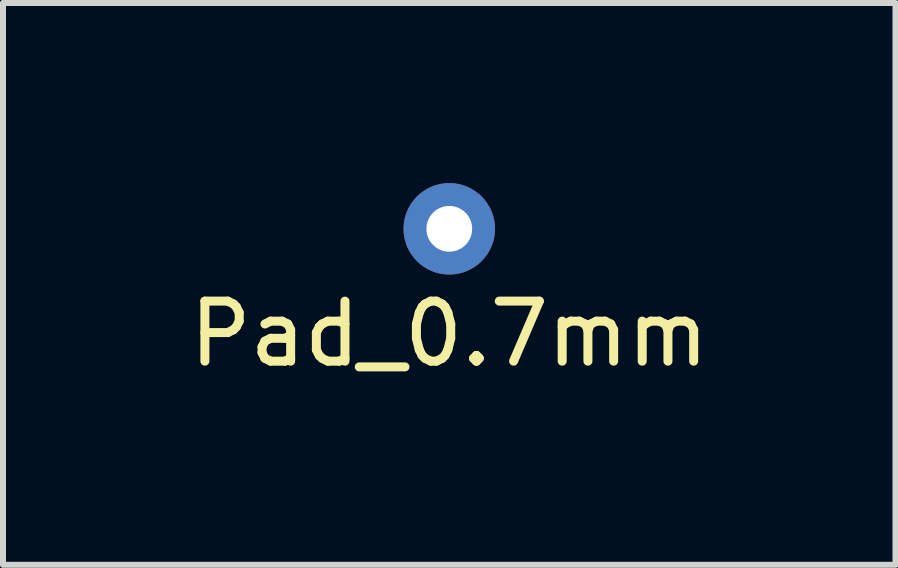
<source format=kicad_pcb>
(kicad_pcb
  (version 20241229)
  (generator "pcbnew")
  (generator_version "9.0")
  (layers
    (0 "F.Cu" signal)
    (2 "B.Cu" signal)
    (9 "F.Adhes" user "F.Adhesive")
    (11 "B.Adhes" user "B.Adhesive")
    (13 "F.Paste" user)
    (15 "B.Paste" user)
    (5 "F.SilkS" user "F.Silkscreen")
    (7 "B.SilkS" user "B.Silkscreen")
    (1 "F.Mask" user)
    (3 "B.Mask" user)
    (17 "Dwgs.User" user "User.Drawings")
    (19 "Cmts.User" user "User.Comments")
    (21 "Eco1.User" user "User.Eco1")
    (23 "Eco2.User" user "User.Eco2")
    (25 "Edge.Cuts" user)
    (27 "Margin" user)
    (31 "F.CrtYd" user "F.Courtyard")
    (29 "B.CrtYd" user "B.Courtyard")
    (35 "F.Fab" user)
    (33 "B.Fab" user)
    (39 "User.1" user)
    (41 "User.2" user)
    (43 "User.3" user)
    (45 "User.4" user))
  (footprint "Pad_0.7mm"
    (layer "F.Cu")
    (at 4.435 0.762)
    (property "Reference" "Pad_0.7mm" (at 0 1.75 0) (layer "F.SilkS") (effects (font (size 1 1) (thickness 0.15))))
    (attr through_hole)
    (pad "1" thru_hole circle (at 0 0) (size 1.524 1.524) (drill 0.762) (layers "*.Cu" "*.Mask")))
  (gr_rect
    (start -3 -3)
    (end 11.869 6.36)
    (stroke (width 0.1) (type default))
    (fill no)
    (layer "Edge.Cuts")))
</source>
